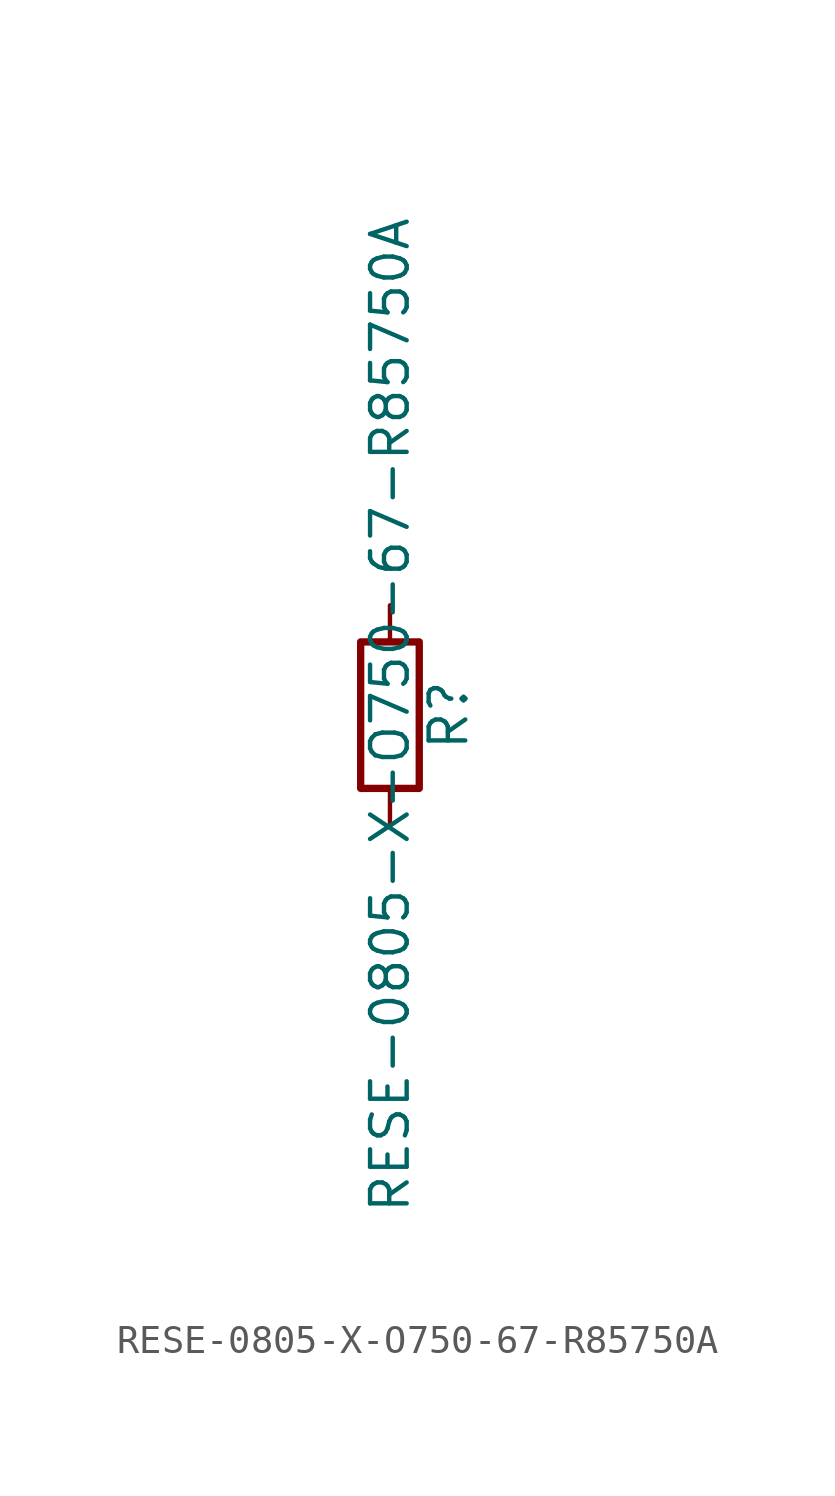
<source format=kicad_sym>
(kicad_symbol_lib
  (version 20211014)
  (generator kicad_symbol_editor)
  (symbol "RESE-0805-X-O750-67-R85750A"
    (pin_numbers hide)
    (pin_names
      (offset 0))
    (property "Reference" "R"
      (at 2.032 0 90)
      (effects (font (size 1.27 1.27))))
    (property "Value" "RESE-0805-X-O750-67-R85750A"
      (at 0 0 90)
      (effects (font (size 1.27 1.27))))
    (symbol "RESE-0805-X-O750-67-R85750A_0_1"
      (rectangle (start -1.016 -2.54) (end 1.016 2.54) (stroke (width 0.254) (type default) (color 0 0 0 0)) (fill (type none))))
    (symbol "RESE-0805-X-O750-67-R85750A_1_1"
      (pin passive line (at 0 3.81 270) (length 1.27) (name "~" (effects (font (size 1.27 1.27)))) (number "1" (effects (font (size 1.27 1.27)))))
      (pin passive line (at 0 -3.81 90) (length 1.27) (name "~" (effects (font (size 1.27 1.27)))) (number "2" (effects (font (size 1.27 1.27))))))))
</source>
